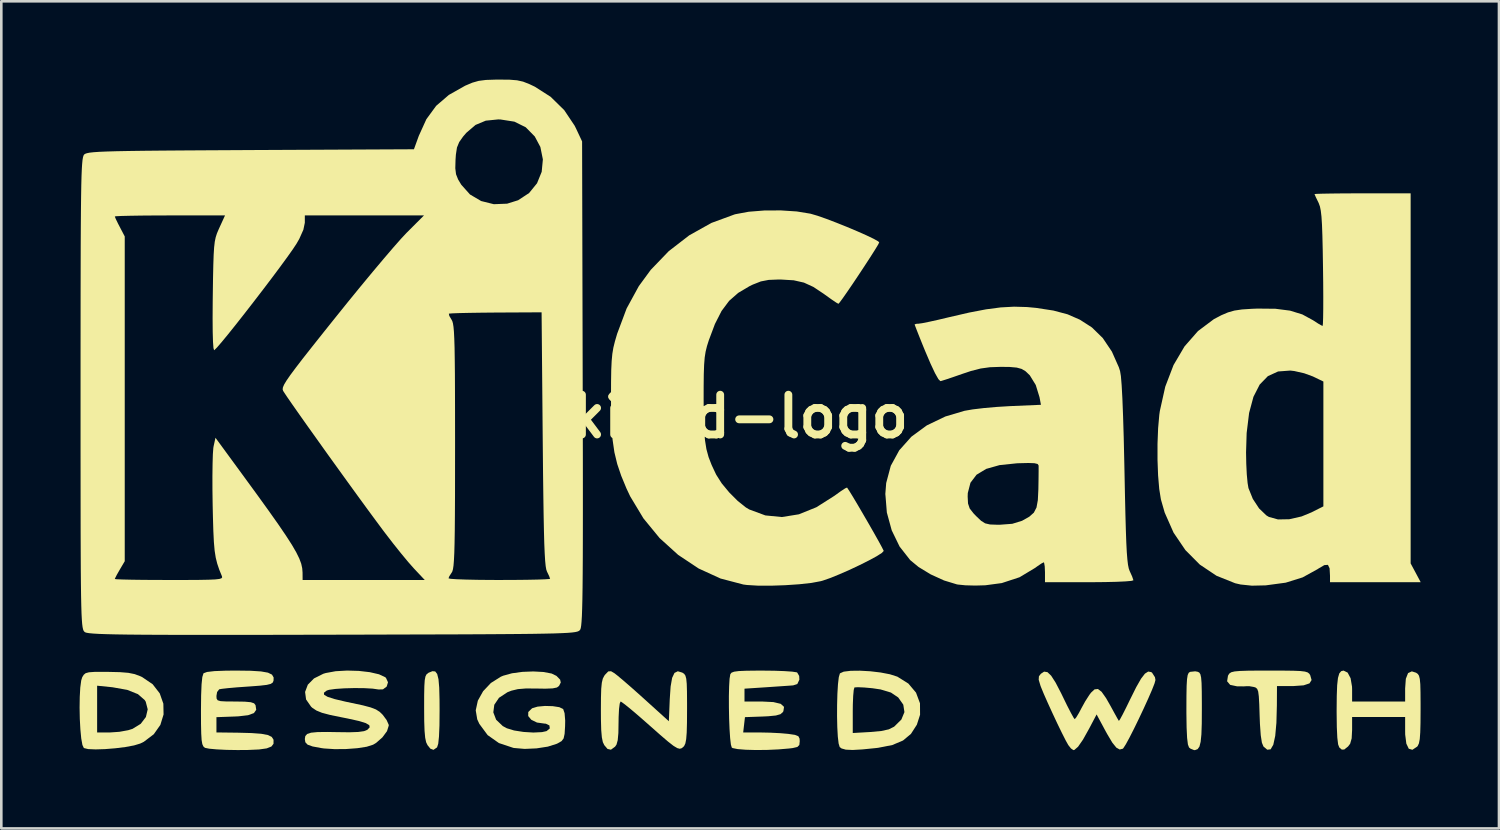
<source format=kicad_pcb>
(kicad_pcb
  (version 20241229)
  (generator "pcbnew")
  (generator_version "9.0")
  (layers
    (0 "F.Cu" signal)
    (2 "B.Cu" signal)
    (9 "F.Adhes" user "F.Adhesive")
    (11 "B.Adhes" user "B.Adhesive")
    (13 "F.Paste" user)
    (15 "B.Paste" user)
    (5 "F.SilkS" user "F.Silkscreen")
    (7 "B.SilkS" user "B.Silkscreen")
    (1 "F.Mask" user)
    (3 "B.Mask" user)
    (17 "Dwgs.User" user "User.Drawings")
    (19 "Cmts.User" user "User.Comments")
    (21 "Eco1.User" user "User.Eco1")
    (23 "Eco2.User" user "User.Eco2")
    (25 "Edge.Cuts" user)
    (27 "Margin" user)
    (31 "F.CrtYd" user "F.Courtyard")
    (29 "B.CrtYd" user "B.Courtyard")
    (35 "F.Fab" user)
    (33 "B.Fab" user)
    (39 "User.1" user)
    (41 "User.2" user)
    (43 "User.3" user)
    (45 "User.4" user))
  (footprint "kicad-logo"
    (layer "F.Cu")
    (at 25.31 12.91)
    (property "Reference" "kicad-logo" (at 0 0 0) (layer "F.SilkS") (effects (font (size 1.524 1.524) (thickness 0.3))))
    (attr board_only exclude_from_pos_files exclude_from_bom)
    (fp_poly (pts (xy -11.682 9.77) (xy -11.607 9.867) (xy -11.557 10.068) (xy -11.529 10.392) (xy -11.517 10.855) (xy -11.515 11.254) (xy -11.52 11.839) (xy -11.538 12.265) (xy -11.567 12.54) (xy -11.61 12.675) (xy -11.616 12.683) (xy -11.749 12.774) (xy -11.867 12.73) (xy -11.976 12.596) (xy -12.03 12.484) (xy -12.067 12.31) (xy -12.091 12.047) (xy -12.104 11.668) (xy -12.107 11.16) (xy -12.106 10.675) (xy -12.099 10.331) (xy -12.084 10.102) (xy -12.056 9.96) (xy -12.013 9.878) (xy -11.95 9.828) (xy -11.933 9.818) (xy -11.789 9.76)) (stroke (width 0) (type solid)) (fill yes) (layer "F.SilkS"))
    (fp_poly (pts (xy 17.538 9.783) (xy 17.597 9.813) (xy 17.639 9.879) (xy 17.667 10.004) (xy 17.684 10.214) (xy 17.692 10.534) (xy 17.695 10.988) (xy 17.695 11.207) (xy 17.692 11.767) (xy 17.678 12.18) (xy 17.649 12.466) (xy 17.603 12.648) (xy 17.534 12.746) (xy 17.439 12.783) (xy 17.399 12.785) (xy 17.262 12.73) (xy 17.204 12.683) (xy 17.161 12.568) (xy 17.13 12.317) (xy 17.111 11.919) (xy 17.103 11.364) (xy 17.103 11.21) (xy 17.105 10.692) (xy 17.112 10.319) (xy 17.127 10.066) (xy 17.152 9.909) (xy 17.19 9.824) (xy 17.242 9.786) (xy 17.44 9.765)) (stroke (width 0) (type solid)) (fill yes) (layer "F.SilkS"))
    (fp_poly (pts (xy 20.811 9.738) (xy 21.2 9.743) (xy 21.47 9.754) (xy 21.645 9.775) (xy 21.751 9.808) (xy 21.811 9.856) (xy 21.847 9.911) (xy 21.9 10.099) (xy 21.82 10.227) (xy 21.596 10.302) (xy 21.218 10.329) (xy 21.156 10.329) (xy 20.574 10.329) (xy 20.57 11.07) (xy 20.552 11.738) (xy 20.507 12.239) (xy 20.433 12.578) (xy 20.331 12.754) (xy 20.201 12.769) (xy 20.055 12.645) (xy 19.996 12.499) (xy 19.952 12.215) (xy 19.921 11.781) (xy 19.909 11.459) (xy 19.895 11.022) (xy 19.878 10.725) (xy 19.854 10.54) (xy 19.815 10.437) (xy 19.756 10.387) (xy 19.692 10.366) (xy 19.51 10.334) (xy 19.426 10.334) (xy 19.294 10.342) (xy 19.074 10.34) (xy 19.038 10.339) (xy 18.78 10.284) (xy 18.663 10.147) (xy 18.696 9.937) (xy 18.715 9.9) (xy 18.757 9.841) (xy 18.829 9.798) (xy 18.954 9.769) (xy 19.157 9.751) (xy 19.463 9.741) (xy 19.897 9.737) (xy 20.278 9.737)) (stroke (width 0) (type solid)) (fill yes) (layer "F.SilkS"))
    (fp_poly (pts (xy 23.282 9.815) (xy 23.395 10.03) (xy 23.45 10.354) (xy 23.453 10.462) (xy 23.453 10.922) (xy 25.485 10.922) (xy 25.485 10.424) (xy 25.512 10.051) (xy 25.597 9.833) (xy 25.742 9.767) (xy 25.903 9.818) (xy 25.969 9.864) (xy 26.016 9.934) (xy 26.047 10.057) (xy 26.066 10.258) (xy 26.074 10.565) (xy 26.077 11.004) (xy 26.077 11.215) (xy 26.074 11.733) (xy 26.064 12.106) (xy 26.045 12.363) (xy 26.013 12.527) (xy 25.966 12.626) (xy 25.944 12.652) (xy 25.763 12.772) (xy 25.624 12.731) (xy 25.531 12.536) (xy 25.487 12.19) (xy 25.485 12.048) (xy 25.485 11.515) (xy 23.453 11.515) (xy 23.453 12.01) (xy 23.436 12.336) (xy 23.378 12.54) (xy 23.298 12.645) (xy 23.153 12.761) (xy 23.058 12.765) (xy 22.962 12.683) (xy 22.917 12.565) (xy 22.886 12.308) (xy 22.867 11.901) (xy 22.86 11.336) (xy 22.86 11.261) (xy 22.865 10.706) (xy 22.88 10.299) (xy 22.911 10.02) (xy 22.961 9.847) (xy 23.033 9.76) (xy 23.125 9.737)) (stroke (width 0) (type solid)) (fill yes) (layer "F.SilkS"))
    (fp_poly (pts (xy -24.201 9.787) (xy -23.761 9.797) (xy -23.443 9.823) (xy -23.2 9.872) (xy -22.985 9.952) (xy -22.914 9.985) (xy -22.51 10.26) (xy -22.239 10.61) (xy -22.1 11.005) (xy -22.092 11.418) (xy -22.215 11.818) (xy -22.467 12.176) (xy -22.848 12.465) (xy -22.987 12.533) (xy -23.221 12.604) (xy -23.553 12.666) (xy -23.939 12.714) (xy -24.335 12.746) (xy -24.697 12.757) (xy -24.981 12.745) (xy -25.144 12.706) (xy -25.146 12.705) (xy -25.202 12.587) (xy -25.247 12.336) (xy -25.269 12.107) (xy -24.638 12.107) (xy -24.132 12.107) (xy -23.784 12.083) (xy -23.445 12.021) (xy -23.282 11.97) (xy -22.968 11.777) (xy -22.769 11.516) (xy -22.7 11.221) (xy -22.776 10.929) (xy -22.815 10.867) (xy -23.074 10.64) (xy -23.486 10.476) (xy -24.049 10.376) (xy -24.067 10.374) (xy -24.638 10.316) (xy -24.638 12.107) (xy -25.269 12.107) (xy -25.28 11.99) (xy -25.302 11.586) (xy -25.31 11.159) (xy -25.304 10.748) (xy -25.284 10.388) (xy -25.248 10.116) (xy -25.209 9.991) (xy -25.151 9.897) (xy -25.077 9.836) (xy -24.951 9.802) (xy -24.74 9.787) (xy -24.41 9.785)) (stroke (width 0) (type solid)) (fill yes) (layer "F.SilkS"))
    (fp_poly (pts (xy 4.988 9.763) (xy 5.385 9.81) (xy 5.744 9.879) (xy 6.022 9.968) (xy 6.029 9.971) (xy 6.45 10.235) (xy 6.742 10.582) (xy 6.894 10.989) (xy 6.897 11.429) (xy 6.774 11.811) (xy 6.548 12.162) (xy 6.244 12.416) (xy 5.835 12.589) (xy 5.295 12.695) (xy 5.223 12.704) (xy 4.696 12.757) (xy 4.313 12.779) (xy 4.051 12.767) (xy 3.888 12.721) (xy 3.817 12.666) (xy 3.776 12.531) (xy 3.745 12.265) (xy 3.725 11.904) (xy 3.716 11.486) (xy 3.717 11.277) (xy 4.318 11.277) (xy 4.318 12.129) (xy 4.999 12.09) (xy 5.412 12.052) (xy 5.697 11.989) (xy 5.895 11.891) (xy 5.909 11.881) (xy 6.181 11.612) (xy 6.298 11.328) (xy 6.255 11.048) (xy 6.249 11.035) (xy 6.059 10.766) (xy 5.781 10.579) (xy 5.386 10.46) (xy 5.07 10.413) (xy 4.76 10.385) (xy 4.516 10.374) (xy 4.388 10.382) (xy 4.382 10.384) (xy 4.355 10.48) (xy 4.334 10.708) (xy 4.321 11.029) (xy 4.318 11.277) (xy 3.717 11.277) (xy 3.718 11.048) (xy 3.729 10.628) (xy 3.751 10.263) (xy 3.783 9.989) (xy 3.825 9.846) (xy 3.828 9.842) (xy 3.971 9.778) (xy 4.24 9.745) (xy 4.592 9.741)) (stroke (width 0) (type solid)) (fill yes) (layer "F.SilkS"))
    (fp_poly (pts (xy 1.317 9.743) (xy 1.701 9.757) (xy 1.995 9.777) (xy 2.165 9.802) (xy 2.188 9.811) (xy 2.265 9.942) (xy 2.272 10.085) (xy 2.193 10.252) (xy 2.032 10.304) (xy 1.857 10.317) (xy 1.562 10.337) (xy 1.198 10.362) (xy 0.995 10.376) (xy 0.169 10.43) (xy 0.169 10.922) (xy 0.836 10.922) (xy 1.276 10.944) (xy 1.557 11.011) (xy 1.684 11.127) (xy 1.66 11.292) (xy 1.637 11.331) (xy 1.547 11.408) (xy 1.372 11.458) (xy 1.078 11.487) (xy 0.868 11.497) (xy 0.187 11.521) (xy 0.153 11.814) (xy 0.119 12.107) (xy 0.758 12.108) (xy 1.149 12.116) (xy 1.546 12.136) (xy 1.841 12.162) (xy 2.1 12.2) (xy 2.233 12.252) (xy 2.28 12.344) (xy 2.286 12.446) (xy 2.271 12.587) (xy 2.195 12.664) (xy 2.015 12.706) (xy 1.884 12.722) (xy 1.471 12.757) (xy 1.031 12.777) (xy 0.599 12.781) (xy 0.212 12.77) (xy -0.094 12.745) (xy -0.283 12.707) (xy -0.318 12.687) (xy -0.352 12.572) (xy -0.381 12.323) (xy -0.404 11.978) (xy -0.42 11.571) (xy -0.428 11.138) (xy -0.429 10.717) (xy -0.42 10.343) (xy -0.403 10.051) (xy -0.375 9.878) (xy -0.372 9.871) (xy -0.328 9.817) (xy -0.229 9.779) (xy -0.048 9.755) (xy 0.241 9.743) (xy 0.663 9.738) (xy 0.877 9.738)) (stroke (width 0) (type solid)) (fill yes) (layer "F.SilkS"))
    (fp_poly (pts (xy -4.816 9.837) (xy -4.683 9.941) (xy -4.453 10.135) (xy -4.154 10.394) (xy -3.815 10.696) (xy -3.672 10.825) (xy -2.729 11.678) (xy -2.695 10.834) (xy -2.662 10.348) (xy -2.604 10.016) (xy -2.514 9.826) (xy -2.387 9.763) (xy -2.215 9.814) (xy -2.211 9.816) (xy -2.143 9.861) (xy -2.095 9.93) (xy -2.063 10.049) (xy -2.044 10.244) (xy -2.035 10.543) (xy -2.032 10.973) (xy -2.032 11.215) (xy -2.035 11.733) (xy -2.045 12.107) (xy -2.065 12.363) (xy -2.097 12.528) (xy -2.143 12.626) (xy -2.165 12.651) (xy -2.235 12.711) (xy -2.311 12.733) (xy -2.412 12.706) (xy -2.557 12.617) (xy -2.765 12.454) (xy -3.057 12.204) (xy -3.451 11.856) (xy -3.541 11.776) (xy -3.88 11.479) (xy -4.177 11.227) (xy -4.408 11.039) (xy -4.549 10.936) (xy -4.579 10.922) (xy -4.612 11) (xy -4.639 11.211) (xy -4.654 11.518) (xy -4.657 11.72) (xy -4.664 12.131) (xy -4.689 12.405) (xy -4.736 12.574) (xy -4.79 12.652) (xy -4.949 12.769) (xy -5.08 12.739) (xy -5.202 12.596) (xy -5.259 12.479) (xy -5.297 12.295) (xy -5.321 12.018) (xy -5.332 11.619) (xy -5.334 11.251) (xy -5.331 10.774) (xy -5.321 10.435) (xy -5.298 10.203) (xy -5.261 10.047) (xy -5.205 9.938) (xy -5.176 9.898) (xy -5.051 9.768) (xy -4.944 9.762)) (stroke (width 0) (type solid)) (fill yes) (layer "F.SilkS"))
    (fp_poly (pts (xy -7.534 9.791) (xy -7.221 9.85) (xy -7.036 9.94) (xy -6.896 10.084) (xy -6.871 10.193) (xy -6.938 10.325) (xy -7.018 10.385) (xy -7.182 10.419) (xy -7.461 10.43) (xy -7.779 10.425) (xy -8.204 10.422) (xy -8.514 10.447) (xy -8.762 10.507) (xy -8.914 10.566) (xy -9.238 10.779) (xy -9.419 11.047) (xy -9.456 11.338) (xy -9.348 11.62) (xy -9.095 11.862) (xy -8.939 11.947) (xy -8.66 12.032) (xy -8.299 12.088) (xy -7.921 12.111) (xy -7.591 12.095) (xy -7.415 12.056) (xy -7.292 11.954) (xy -7.307 11.839) (xy -7.444 11.771) (xy -7.487 11.769) (xy -7.783 11.728) (xy -8 11.622) (xy -8.119 11.479) (xy -8.117 11.324) (xy -7.973 11.184) (xy -7.964 11.179) (xy -7.759 11.118) (xy -7.477 11.092) (xy -7.18 11.1) (xy -6.928 11.139) (xy -6.781 11.209) (xy -6.779 11.211) (xy -6.725 11.37) (xy -6.702 11.653) (xy -6.706 11.867) (xy -6.724 12.161) (xy -6.762 12.336) (xy -6.841 12.44) (xy -6.985 12.523) (xy -7.027 12.543) (xy -7.367 12.651) (xy -7.8 12.718) (xy -8.256 12.738) (xy -8.662 12.703) (xy -8.693 12.697) (xy -9.242 12.514) (xy -9.674 12.209) (xy -9.991 11.78) (xy -10.072 11.606) (xy -10.13 11.26) (xy -10.049 10.889) (xy -9.848 10.529) (xy -9.549 10.212) (xy -9.171 9.973) (xy -9.077 9.933) (xy -8.74 9.84) (xy -8.34 9.786) (xy -7.923 9.77)) (stroke (width 0) (type solid)) (fill yes) (layer "F.SilkS"))
    (fp_poly (pts (xy -18.756 9.744) (xy -18.359 9.769) (xy -18.092 9.816) (xy -17.937 9.892) (xy -17.874 10.002) (xy -17.878 10.123) (xy -17.908 10.195) (xy -17.985 10.247) (xy -18.139 10.285) (xy -18.398 10.315) (xy -18.792 10.345) (xy -18.882 10.351) (xy -19.278 10.379) (xy -19.616 10.409) (xy -19.857 10.436) (xy -19.96 10.454) (xy -20.041 10.559) (xy -20.066 10.708) (xy -20.06 10.811) (xy -20.019 10.875) (xy -19.909 10.908) (xy -19.698 10.92) (xy -19.351 10.922) (xy -19.344 10.922) (xy -18.979 10.928) (xy -18.75 10.949) (xy -18.624 10.991) (xy -18.568 11.061) (xy -18.541 11.24) (xy -18.631 11.366) (xy -18.854 11.447) (xy -19.223 11.49) (xy -19.376 11.497) (xy -20.066 11.522) (xy -20.066 12.107) (xy -19.241 12.117) (xy -18.719 12.131) (xy -18.345 12.159) (xy -18.096 12.206) (xy -17.949 12.277) (xy -17.883 12.377) (xy -17.878 12.399) (xy -17.879 12.542) (xy -17.96 12.647) (xy -18.139 12.718) (xy -18.436 12.76) (xy -18.869 12.779) (xy -19.257 12.782) (xy -19.684 12.775) (xy -20.058 12.756) (xy -20.343 12.73) (xy -20.501 12.698) (xy -20.511 12.693) (xy -20.567 12.644) (xy -20.607 12.554) (xy -20.634 12.398) (xy -20.649 12.151) (xy -20.657 11.785) (xy -20.659 11.277) (xy -20.659 11.273) (xy -20.653 10.687) (xy -20.636 10.261) (xy -20.607 9.984) (xy -20.564 9.847) (xy -20.557 9.838) (xy -20.426 9.79) (xy -20.143 9.757) (xy -19.701 9.74) (xy -19.303 9.737)) (stroke (width 0) (type solid)) (fill yes) (layer "F.SilkS"))
    (fp_poly (pts (xy 15.753 9.794) (xy 15.789 9.82) (xy 15.898 9.991) (xy 15.917 10.098) (xy 15.882 10.229) (xy 15.785 10.476) (xy 15.642 10.805) (xy 15.469 11.185) (xy 15.281 11.583) (xy 15.094 11.967) (xy 14.922 12.305) (xy 14.781 12.563) (xy 14.686 12.711) (xy 14.666 12.731) (xy 14.547 12.761) (xy 14.419 12.69) (xy 14.266 12.501) (xy 14.072 12.176) (xy 14.006 12.057) (xy 13.662 11.417) (xy 13.38 11.953) (xy 13.141 12.381) (xy 12.952 12.654) (xy 12.811 12.777) (xy 12.773 12.785) (xy 12.68 12.721) (xy 12.579 12.594) (xy 12.481 12.42) (xy 12.335 12.132) (xy 12.158 11.768) (xy 11.971 11.369) (xy 11.791 10.975) (xy 11.637 10.627) (xy 11.529 10.364) (xy 11.508 10.307) (xy 11.443 10.088) (xy 11.452 9.956) (xy 11.525 9.86) (xy 11.651 9.777) (xy 11.779 9.797) (xy 11.921 9.933) (xy 12.092 10.199) (xy 12.304 10.607) (xy 12.358 10.719) (xy 12.527 11.066) (xy 12.672 11.348) (xy 12.776 11.536) (xy 12.823 11.599) (xy 12.882 11.53) (xy 12.988 11.354) (xy 13.071 11.196) (xy 13.224 10.918) (xy 13.383 10.67) (xy 13.448 10.583) (xy 13.583 10.457) (xy 13.713 10.442) (xy 13.854 10.55) (xy 14.025 10.793) (xy 14.195 11.091) (xy 14.342 11.36) (xy 14.455 11.564) (xy 14.514 11.662) (xy 14.516 11.665) (xy 14.56 11.604) (xy 14.66 11.419) (xy 14.801 11.14) (xy 14.947 10.84) (xy 15.18 10.372) (xy 15.365 10.048) (xy 15.514 9.854) (xy 15.639 9.774)) (stroke (width 0) (type solid)) (fill yes) (layer "F.SilkS"))
    (fp_poly (pts (xy -14.611 9.749) (xy -14.188 9.798) (xy -13.837 9.879) (xy -13.601 9.989) (xy -13.569 10.017) (xy -13.492 10.185) (xy -13.542 10.349) (xy -13.685 10.456) (xy -13.854 10.461) (xy -14.083 10.428) (xy -14.41 10.41) (xy -14.788 10.407) (xy -15.169 10.417) (xy -15.506 10.44) (xy -15.752 10.474) (xy -15.838 10.502) (xy -15.947 10.585) (xy -15.941 10.663) (xy -15.808 10.742) (xy -15.536 10.829) (xy -15.113 10.929) (xy -14.882 10.978) (xy -14.454 11.069) (xy -14.157 11.148) (xy -13.954 11.226) (xy -13.809 11.319) (xy -13.695 11.43) (xy -13.546 11.631) (xy -13.466 11.809) (xy -13.462 11.843) (xy -13.53 12.058) (xy -13.706 12.296) (xy -13.945 12.506) (xy -14.063 12.577) (xy -14.307 12.655) (xy -14.667 12.711) (xy -15.095 12.743) (xy -15.537 12.747) (xy -15.943 12.721) (xy -16.057 12.705) (xy -16.382 12.644) (xy -16.572 12.576) (xy -16.659 12.484) (xy -16.679 12.361) (xy -16.661 12.246) (xy -16.59 12.166) (xy -16.441 12.117) (xy -16.19 12.093) (xy -15.812 12.089) (xy -15.453 12.095) (xy -14.97 12.101) (xy -14.632 12.089) (xy -14.411 12.058) (xy -14.284 12.006) (xy -14.28 12.003) (xy -14.193 11.91) (xy -14.21 11.828) (xy -14.345 11.749) (xy -14.614 11.667) (xy -15.029 11.575) (xy -15.275 11.526) (xy -15.714 11.436) (xy -16.021 11.355) (xy -16.234 11.268) (xy -16.39 11.165) (xy -16.439 11.12) (xy -16.631 10.844) (xy -16.669 10.555) (xy -16.564 10.277) (xy -16.327 10.037) (xy -15.969 9.858) (xy -15.875 9.83) (xy -15.497 9.761) (xy -15.061 9.736)) (stroke (width 0) (type solid)) (fill yes) (layer "F.SilkS"))
    (fp_poly (pts (xy 25.696 -8.551) (xy 25.696 5.63) (xy 25.889 5.99) (xy 26.081 6.35) (xy 22.606 6.35) (xy 22.606 6.103) (xy 22.59 5.817) (xy 22.526 5.685) (xy 22.389 5.695) (xy 22.154 5.833) (xy 22.125 5.853) (xy 21.556 6.166) (xy 20.909 6.368) (xy 20.151 6.47) (xy 20.149 6.471) (xy 19.613 6.483) (xy 19.18 6.438) (xy 18.972 6.39) (xy 18.258 6.104) (xy 17.618 5.676) (xy 17.064 5.119) (xy 16.61 4.449) (xy 16.271 3.682) (xy 16.126 3.177) (xy 16.062 2.777) (xy 16.018 2.256) (xy 15.996 1.663) (xy 15.996 1.371) (xy 19.389 1.371) (xy 19.397 1.81) (xy 19.417 2.218) (xy 19.448 2.548) (xy 19.481 2.744) (xy 19.648 3.157) (xy 19.888 3.523) (xy 20.167 3.79) (xy 20.263 3.848) (xy 20.613 3.945) (xy 21.046 3.937) (xy 21.518 3.83) (xy 21.896 3.674) (xy 22.352 3.444) (xy 22.352 -1.34) (xy 21.951 -1.534) (xy 21.617 -1.656) (xy 21.238 -1.742) (xy 21.083 -1.76) (xy 20.616 -1.725) (xy 20.226 -1.547) (xy 19.912 -1.224) (xy 19.672 -0.754) (xy 19.506 -0.136) (xy 19.412 0.632) (xy 19.389 1.371) (xy 15.996 1.371) (xy 15.996 1.046) (xy 16.019 0.452) (xy 16.065 -0.069) (xy 16.085 -0.21) (xy 16.293 -1.143) (xy 16.61 -1.971) (xy 17.031 -2.685) (xy 17.548 -3.275) (xy 18.156 -3.73) (xy 18.443 -3.881) (xy 18.697 -3.989) (xy 18.943 -4.059) (xy 19.233 -4.102) (xy 19.619 -4.127) (xy 19.828 -4.135) (xy 20.515 -4.128) (xy 21.076 -4.056) (xy 21.546 -3.911) (xy 21.959 -3.686) (xy 21.96 -3.685) (xy 22.16 -3.556) (xy 22.296 -3.48) (xy 22.323 -3.471) (xy 22.334 -3.552) (xy 22.342 -3.78) (xy 22.347 -4.134) (xy 22.348 -4.59) (xy 22.345 -5.127) (xy 22.338 -5.694) (xy 22.327 -6.386) (xy 22.314 -6.93) (xy 22.299 -7.347) (xy 22.279 -7.658) (xy 22.253 -7.884) (xy 22.22 -8.047) (xy 22.177 -8.167) (xy 22.16 -8.205) (xy 22.066 -8.397) (xy 22.016 -8.512) (xy 22.013 -8.522) (xy 22.094 -8.531) (xy 22.32 -8.538) (xy 22.666 -8.544) (xy 23.109 -8.549) (xy 23.624 -8.551) (xy 23.855 -8.551)) (stroke (width 0) (type solid)) (fill yes) (layer "F.SilkS"))
    (fp_poly (pts (xy 2.174 -7.857) (xy 2.693 -7.772) (xy 2.716 -7.766) (xy 2.968 -7.692) (xy 3.302 -7.575) (xy 3.687 -7.428) (xy 4.091 -7.266) (xy 4.485 -7.1) (xy 4.837 -6.944) (xy 5.115 -6.811) (xy 5.289 -6.714) (xy 5.332 -6.672) (xy 5.289 -6.584) (xy 5.169 -6.387) (xy 4.993 -6.11) (xy 4.779 -5.781) (xy 4.546 -5.428) (xy 4.314 -5.081) (xy 4.1 -4.768) (xy 3.925 -4.518) (xy 3.808 -4.36) (xy 3.768 -4.318) (xy 3.684 -4.365) (xy 3.502 -4.488) (xy 3.257 -4.663) (xy 3.211 -4.697) (xy 2.812 -4.963) (xy 2.448 -5.13) (xy 2.056 -5.219) (xy 1.573 -5.248) (xy 1.474 -5.249) (xy 1.095 -5.234) (xy 0.796 -5.176) (xy 0.486 -5.054) (xy 0.357 -4.991) (xy -0.071 -4.737) (xy -0.42 -4.431) (xy -0.71 -4.043) (xy -0.964 -3.544) (xy -1.2 -2.915) (xy -1.269 -2.696) (xy -1.32 -2.488) (xy -1.356 -2.261) (xy -1.378 -1.983) (xy -1.391 -1.624) (xy -1.396 -1.151) (xy -1.397 -0.677) (xy -1.393 -0.024) (xy -1.378 0.493) (xy -1.345 0.907) (xy -1.29 1.251) (xy -1.207 1.557) (xy -1.09 1.859) (xy -0.935 2.189) (xy -0.912 2.235) (xy -0.705 2.561) (xy -0.415 2.911) (xy -0.09 3.236) (xy 0.223 3.486) (xy 0.35 3.562) (xy 0.969 3.791) (xy 1.603 3.853) (xy 2.255 3.748) (xy 2.925 3.477) (xy 3.617 3.038) (xy 3.626 3.031) (xy 3.857 2.865) (xy 4.027 2.754) (xy 4.099 2.723) (xy 4.183 2.849) (xy 4.326 3.081) (xy 4.51 3.39) (xy 4.717 3.744) (xy 4.931 4.113) (xy 5.134 4.468) (xy 5.308 4.777) (xy 5.435 5.011) (xy 5.499 5.139) (xy 5.503 5.153) (xy 5.43 5.23) (xy 5.232 5.356) (xy 4.939 5.515) (xy 4.584 5.693) (xy 4.199 5.875) (xy 3.813 6.044) (xy 3.46 6.188) (xy 3.17 6.289) (xy 3.09 6.311) (xy 2.736 6.377) (xy 2.266 6.429) (xy 1.731 6.465) (xy 1.184 6.484) (xy 0.678 6.482) (xy 0.264 6.457) (xy 0.127 6.439) (xy -0.749 6.209) (xy -1.588 5.825) (xy -2.373 5.303) (xy -3.084 4.659) (xy -3.702 3.906) (xy -4.211 3.061) (xy -4.354 2.758) (xy -4.555 2.272) (xy -4.707 1.823) (xy -4.816 1.372) (xy -4.887 0.883) (xy -4.928 0.319) (xy -4.945 -0.358) (xy -4.946 -0.762) (xy -4.944 -1.342) (xy -4.937 -1.786) (xy -4.921 -2.128) (xy -4.895 -2.402) (xy -4.855 -2.641) (xy -4.796 -2.879) (xy -4.717 -3.149) (xy -4.71 -3.172) (xy -4.348 -4.139) (xy -3.881 -4.994) (xy -3.424 -5.618) (xy -2.734 -6.335) (xy -1.95 -6.941) (xy -1.099 -7.417) (xy -0.212 -7.743) (xy -0.169 -7.754) (xy 0.33 -7.846) (xy 0.929 -7.894) (xy 1.565 -7.897)) (stroke (width 0) (type solid)) (fill yes) (layer "F.SilkS"))
    (fp_poly (pts (xy 10.993 -4.194) (xy 11.339 -4.162) (xy 12.006 -4.06) (xy 12.551 -3.915) (xy 13.02 -3.71) (xy 13.459 -3.428) (xy 13.492 -3.403) (xy 13.898 -3.006) (xy 14.248 -2.486) (xy 14.515 -1.884) (xy 14.562 -1.736) (xy 14.593 -1.548) (xy 14.622 -1.196) (xy 14.65 -0.684) (xy 14.676 -0.018) (xy 14.701 0.798) (xy 14.723 1.759) (xy 14.731 2.132) (xy 14.749 3.022) (xy 14.766 3.759) (xy 14.783 4.357) (xy 14.8 4.833) (xy 14.819 5.202) (xy 14.841 5.479) (xy 14.865 5.681) (xy 14.894 5.823) (xy 14.928 5.92) (xy 14.935 5.934) (xy 15.025 6.134) (xy 15.07 6.268) (xy 15.071 6.278) (xy 14.99 6.3) (xy 14.766 6.319) (xy 14.423 6.335) (xy 13.986 6.345) (xy 13.482 6.35) (xy 13.377 6.35) (xy 11.684 6.35) (xy 11.684 5.969) (xy 11.674 5.742) (xy 11.65 5.605) (xy 11.636 5.588) (xy 11.545 5.635) (xy 11.375 5.751) (xy 11.315 5.796) (xy 10.71 6.16) (xy 10.027 6.384) (xy 9.398 6.468) (xy 9.01 6.479) (xy 8.636 6.469) (xy 8.347 6.44) (xy 8.307 6.433) (xy 7.815 6.283) (xy 7.304 6.05) (xy 6.839 5.767) (xy 6.519 5.503) (xy 6.113 4.985) (xy 5.811 4.363) (xy 5.624 3.679) (xy 5.575 3.069) (xy 8.721 3.069) (xy 8.735 3.335) (xy 8.799 3.525) (xy 8.947 3.714) (xy 9.049 3.82) (xy 9.236 3.997) (xy 9.391 4.095) (xy 9.577 4.138) (xy 9.854 4.148) (xy 9.942 4.149) (xy 10.431 4.112) (xy 10.798 3.999) (xy 10.82 3.988) (xy 11.084 3.839) (xy 11.257 3.685) (xy 11.359 3.488) (xy 11.41 3.206) (xy 11.43 2.8) (xy 11.431 2.752) (xy 11.437 2.399) (xy 11.44 2.104) (xy 11.44 1.913) (xy 11.438 1.874) (xy 11.401 1.82) (xy 11.279 1.79) (xy 11.047 1.782) (xy 10.677 1.791) (xy 10.604 1.794) (xy 9.944 1.863) (xy 9.431 2.008) (xy 9.061 2.232) (xy 8.828 2.539) (xy 8.726 2.933) (xy 8.721 3.069) (xy 5.575 3.069) (xy 5.566 2.97) (xy 5.599 2.549) (xy 5.775 1.889) (xy 6.1 1.295) (xy 6.564 0.775) (xy 7.156 0.341) (xy 7.865 0.000416) (xy 8.601 -0.218) (xy 8.914 -0.272) (xy 9.341 -0.323) (xy 9.829 -0.366) (xy 10.322 -0.396) (xy 10.358 -0.398) (xy 11.529 -0.448) (xy 11.474 -0.74) (xy 11.33 -1.207) (xy 11.101 -1.579) (xy 10.936 -1.736) (xy 10.788 -1.823) (xy 10.601 -1.874) (xy 10.33 -1.898) (xy 9.991 -1.902) (xy 9.576 -1.888) (xy 9.22 -1.839) (xy 8.846 -1.743) (xy 8.499 -1.627) (xy 8.163 -1.51) (xy 7.889 -1.418) (xy 7.716 -1.364) (xy 7.675 -1.355) (xy 7.598 -1.433) (xy 7.471 -1.658) (xy 7.301 -2.019) (xy 7.094 -2.503) (xy 6.994 -2.747) (xy 6.863 -3.074) (xy 6.76 -3.335) (xy 6.699 -3.496) (xy 6.689 -3.53) (xy 6.759 -3.552) (xy 6.839 -3.556) (xy 6.976 -3.575) (xy 7.24 -3.628) (xy 7.593 -3.706) (xy 7.997 -3.802) (xy 8.006 -3.804) (xy 8.777 -3.982) (xy 9.425 -4.106) (xy 9.986 -4.18) (xy 10.497 -4.208)) (stroke (width 0) (type solid)) (fill yes) (layer "F.SilkS"))
    (fp_poly (pts (xy -8.831 -12.906) (xy -8.546 -12.883) (xy -8.313 -12.831) (xy -8.072 -12.736) (xy -7.864 -12.637) (xy -7.26 -12.251) (xy -6.739 -11.74) (xy -6.339 -11.142) (xy -6.281 -11.025) (xy -6.054 -10.541) (xy -6.031 -1.267) (xy -6.028 0.209) (xy -6.025 1.525) (xy -6.024 2.689) (xy -6.024 3.712) (xy -6.025 4.601) (xy -6.027 5.366) (xy -6.031 6.016) (xy -6.036 6.561) (xy -6.043 7.008) (xy -6.052 7.367) (xy -6.062 7.648) (xy -6.075 7.859) (xy -6.089 8.009) (xy -6.105 8.108) (xy -6.124 8.163) (xy -6.13 8.173) (xy -6.152 8.199) (xy -6.185 8.222) (xy -6.237 8.243) (xy -6.318 8.261) (xy -6.438 8.277) (xy -6.607 8.291) (xy -6.832 8.302) (xy -7.125 8.313) (xy -7.494 8.321) (xy -7.949 8.329) (xy -8.498 8.335) (xy -9.153 8.34) (xy -9.921 8.345) (xy -10.814 8.349) (xy -11.838 8.352) (xy -13.006 8.355) (xy -14.325 8.359) (xy -15.596 8.362) (xy -17.079 8.365) (xy -18.401 8.368) (xy -19.572 8.369) (xy -20.6 8.369) (xy -21.496 8.368) (xy -22.267 8.366) (xy -22.922 8.362) (xy -23.471 8.357) (xy -23.923 8.35) (xy -24.287 8.341) (xy -24.571 8.331) (xy -24.786 8.318) (xy -24.938 8.304) (xy -25.039 8.288) (xy -25.096 8.27) (xy -25.107 8.263) (xy -25.133 8.241) (xy -25.157 8.208) (xy -25.177 8.155) (xy -25.195 8.072) (xy -25.211 7.95) (xy -25.224 7.78) (xy -25.236 7.551) (xy -25.245 7.254) (xy -25.253 6.879) (xy -25.259 6.417) (xy -25.264 5.858) (xy -25.267 5.193) (xy -25.27 4.411) (xy -25.271 3.504) (xy -25.272 2.462) (xy -25.273 1.275) (xy -25.273 -0.066) (xy -25.273 -0.879) (xy -25.273 -2.317) (xy -25.272 -3.595) (xy -25.271 -4.723) (xy -25.269 -5.71) (xy -25.267 -6.566) (xy -25.263 -7.3) (xy -25.26 -7.665) (xy -23.961 -7.665) (xy -23.925 -7.573) (xy -23.833 -7.384) (xy -23.77 -7.263) (xy -23.58 -6.9) (xy -23.58 5.546) (xy -23.77 5.868) (xy -23.886 6.071) (xy -23.953 6.205) (xy -23.961 6.228) (xy -23.88 6.238) (xy -23.652 6.247) (xy -23.302 6.255) (xy -22.85 6.261) (xy -22.32 6.264) (xy -21.877 6.265) (xy -21.23 6.265) (xy -20.734 6.262) (xy -20.369 6.255) (xy -20.117 6.244) (xy -19.958 6.226) (xy -19.875 6.2) (xy -19.847 6.165) (xy -19.856 6.119) (xy -19.857 6.117) (xy -19.958 5.869) (xy -20.035 5.642) (xy -20.093 5.409) (xy -20.135 5.141) (xy -20.164 4.809) (xy -20.185 4.384) (xy -20.201 3.838) (xy -20.211 3.387) (xy -20.219 2.814) (xy -20.22 2.28) (xy -20.214 1.813) (xy -20.203 1.444) (xy -20.185 1.203) (xy -20.176 1.148) (xy -20.103 0.815) (xy -19.084 2.207) (xy -18.531 2.964) (xy -18.073 3.599) (xy -17.699 4.128) (xy -17.403 4.563) (xy -17.175 4.917) (xy -17.007 5.207) (xy -16.891 5.443) (xy -16.817 5.642) (xy -16.779 5.816) (xy -16.766 5.979) (xy -16.766 5.99) (xy -16.764 6.265) (xy -12.083 6.265) (xy -12.143 6.202) (xy -11.173 6.202) (xy -11.093 6.22) (xy -10.868 6.236) (xy -10.52 6.249) (xy -10.074 6.259) (xy -9.552 6.264) (xy -9.229 6.265) (xy -8.675 6.263) (xy -8.182 6.258) (xy -7.774 6.25) (xy -7.475 6.239) (xy -7.308 6.227) (xy -7.281 6.219) (xy -7.316 6.118) (xy -7.4 5.942) (xy -7.427 5.864) (xy -7.45 5.729) (xy -7.47 5.527) (xy -7.487 5.245) (xy -7.503 4.87) (xy -7.516 4.39) (xy -7.528 3.793) (xy -7.539 3.067) (xy -7.55 2.2) (xy -7.56 1.179) (xy -7.563 0.86) (xy -7.606 -3.992) (xy -9.366 -3.983) (xy -9.894 -3.978) (xy -10.361 -3.971) (xy -10.744 -3.963) (xy -11.015 -3.953) (xy -11.15 -3.942) (xy -11.16 -3.939) (xy -11.142 -3.854) (xy -11.058 -3.712) (xy -11.028 -3.655) (xy -11.003 -3.568) (xy -10.982 -3.435) (xy -10.965 -3.245) (xy -10.952 -2.984) (xy -10.941 -2.638) (xy -10.934 -2.193) (xy -10.928 -1.637) (xy -10.925 -0.956) (xy -10.923 -0.136) (xy -10.922 0.836) (xy -10.922 1.146) (xy -10.923 2.173) (xy -10.924 3.043) (xy -10.928 3.771) (xy -10.933 4.368) (xy -10.941 4.847) (xy -10.951 5.222) (xy -10.965 5.506) (xy -10.981 5.71) (xy -11.002 5.85) (xy -11.026 5.936) (xy -11.046 5.974) (xy -11.144 6.125) (xy -11.173 6.202) (xy -12.143 6.202) (xy -12.501 5.821) (xy -12.708 5.587) (xy -12.983 5.256) (xy -13.293 4.868) (xy -13.606 4.462) (xy -13.683 4.36) (xy -13.951 3.999) (xy -14.273 3.562) (xy -14.635 3.066) (xy -15.023 2.531) (xy -15.424 1.975) (xy -15.826 1.417) (xy -16.213 0.874) (xy -16.575 0.367) (xy -16.896 -0.087) (xy -17.164 -0.469) (xy -17.365 -0.76) (xy -17.486 -0.942) (xy -17.512 -0.986) (xy -17.529 -1.042) (xy -17.518 -1.118) (xy -17.472 -1.225) (xy -17.38 -1.378) (xy -17.235 -1.588) (xy -17.026 -1.869) (xy -16.746 -2.234) (xy -16.383 -2.694) (xy -15.93 -3.264) (xy -15.517 -3.78) (xy -15.028 -4.388) (xy -14.544 -4.981) (xy -14.082 -5.539) (xy -13.658 -6.043) (xy -13.29 -6.473) (xy -12.992 -6.811) (xy -12.782 -7.036) (xy -12.77 -7.048) (xy -12.113 -7.705) (xy -16.679 -7.705) (xy -16.679 -7.424) (xy -16.735 -7.156) (xy -16.892 -6.805) (xy -16.997 -6.622) (xy -17.137 -6.41) (xy -17.351 -6.108) (xy -17.623 -5.736) (xy -17.938 -5.314) (xy -18.281 -4.862) (xy -18.635 -4.401) (xy -18.986 -3.949) (xy -19.317 -3.528) (xy -19.614 -3.157) (xy -19.861 -2.857) (xy -20.043 -2.646) (xy -20.144 -2.546) (xy -20.156 -2.54) (xy -20.18 -2.623) (xy -20.198 -2.862) (xy -20.209 -3.245) (xy -20.213 -3.76) (xy -20.209 -4.395) (xy -20.206 -4.642) (xy -20.197 -5.294) (xy -20.186 -5.802) (xy -20.173 -6.188) (xy -20.155 -6.478) (xy -20.13 -6.696) (xy -20.095 -6.866) (xy -20.048 -7.013) (xy -19.986 -7.16) (xy -19.957 -7.224) (xy -19.737 -7.705) (xy -21.849 -7.705) (xy -22.427 -7.703) (xy -22.944 -7.699) (xy -23.379 -7.692) (xy -23.708 -7.684) (xy -23.908 -7.674) (xy -23.961 -7.665) (xy -25.26 -7.665) (xy -25.258 -7.922) (xy -25.252 -8.441) (xy -25.245 -8.866) (xy -25.236 -9.208) (xy -25.225 -9.475) (xy -25.223 -9.512) (xy -10.913 -9.512) (xy -10.885 -9.284) (xy -10.805 -9.083) (xy -10.685 -8.883) (xy -10.35 -8.508) (xy -9.922 -8.256) (xy -9.436 -8.135) (xy -8.927 -8.155) (xy -8.505 -8.287) (xy -8.085 -8.563) (xy -7.781 -8.937) (xy -7.602 -9.377) (xy -7.557 -9.852) (xy -7.653 -10.328) (xy -7.868 -10.731) (xy -8.214 -11.083) (xy -8.648 -11.298) (xy -9.184 -11.382) (xy -9.271 -11.384) (xy -9.746 -11.336) (xy -10.137 -11.173) (xy -10.489 -10.872) (xy -10.614 -10.727) (xy -10.763 -10.516) (xy -10.849 -10.307) (xy -10.891 -10.031) (xy -10.904 -9.838) (xy -10.913 -9.512) (xy -25.223 -9.512) (xy -25.212 -9.678) (xy -25.198 -9.826) (xy -25.181 -9.927) (xy -25.162 -9.993) (xy -25.141 -10.032) (xy -25.133 -10.04) (xy -25.095 -10.066) (xy -25.03 -10.089) (xy -24.927 -10.11) (xy -24.773 -10.127) (xy -24.559 -10.142) (xy -24.271 -10.154) (xy -23.899 -10.165) (xy -23.432 -10.174) (xy -22.857 -10.182) (xy -22.163 -10.189) (xy -21.339 -10.195) (xy -20.374 -10.201) (xy -19.255 -10.207) (xy -18.746 -10.21) (xy -12.498 -10.24) (xy -12.312 -10.753) (xy -12.022 -11.391) (xy -11.646 -11.905) (xy -11.159 -12.323) (xy -10.534 -12.676) (xy -10.527 -12.679) (xy -10.26 -12.792) (xy -10.017 -12.861) (xy -9.738 -12.897) (xy -9.366 -12.909) (xy -9.227 -12.91)) (stroke (width 0) (type solid)) (fill yes) (layer "F.SilkS")))
  (gr_rect
    (start -3 -3)
    (end 54.391 28.695)
    (stroke (width 0.1) (type default))
    (fill no)
    (layer "Edge.Cuts")))
</source>
